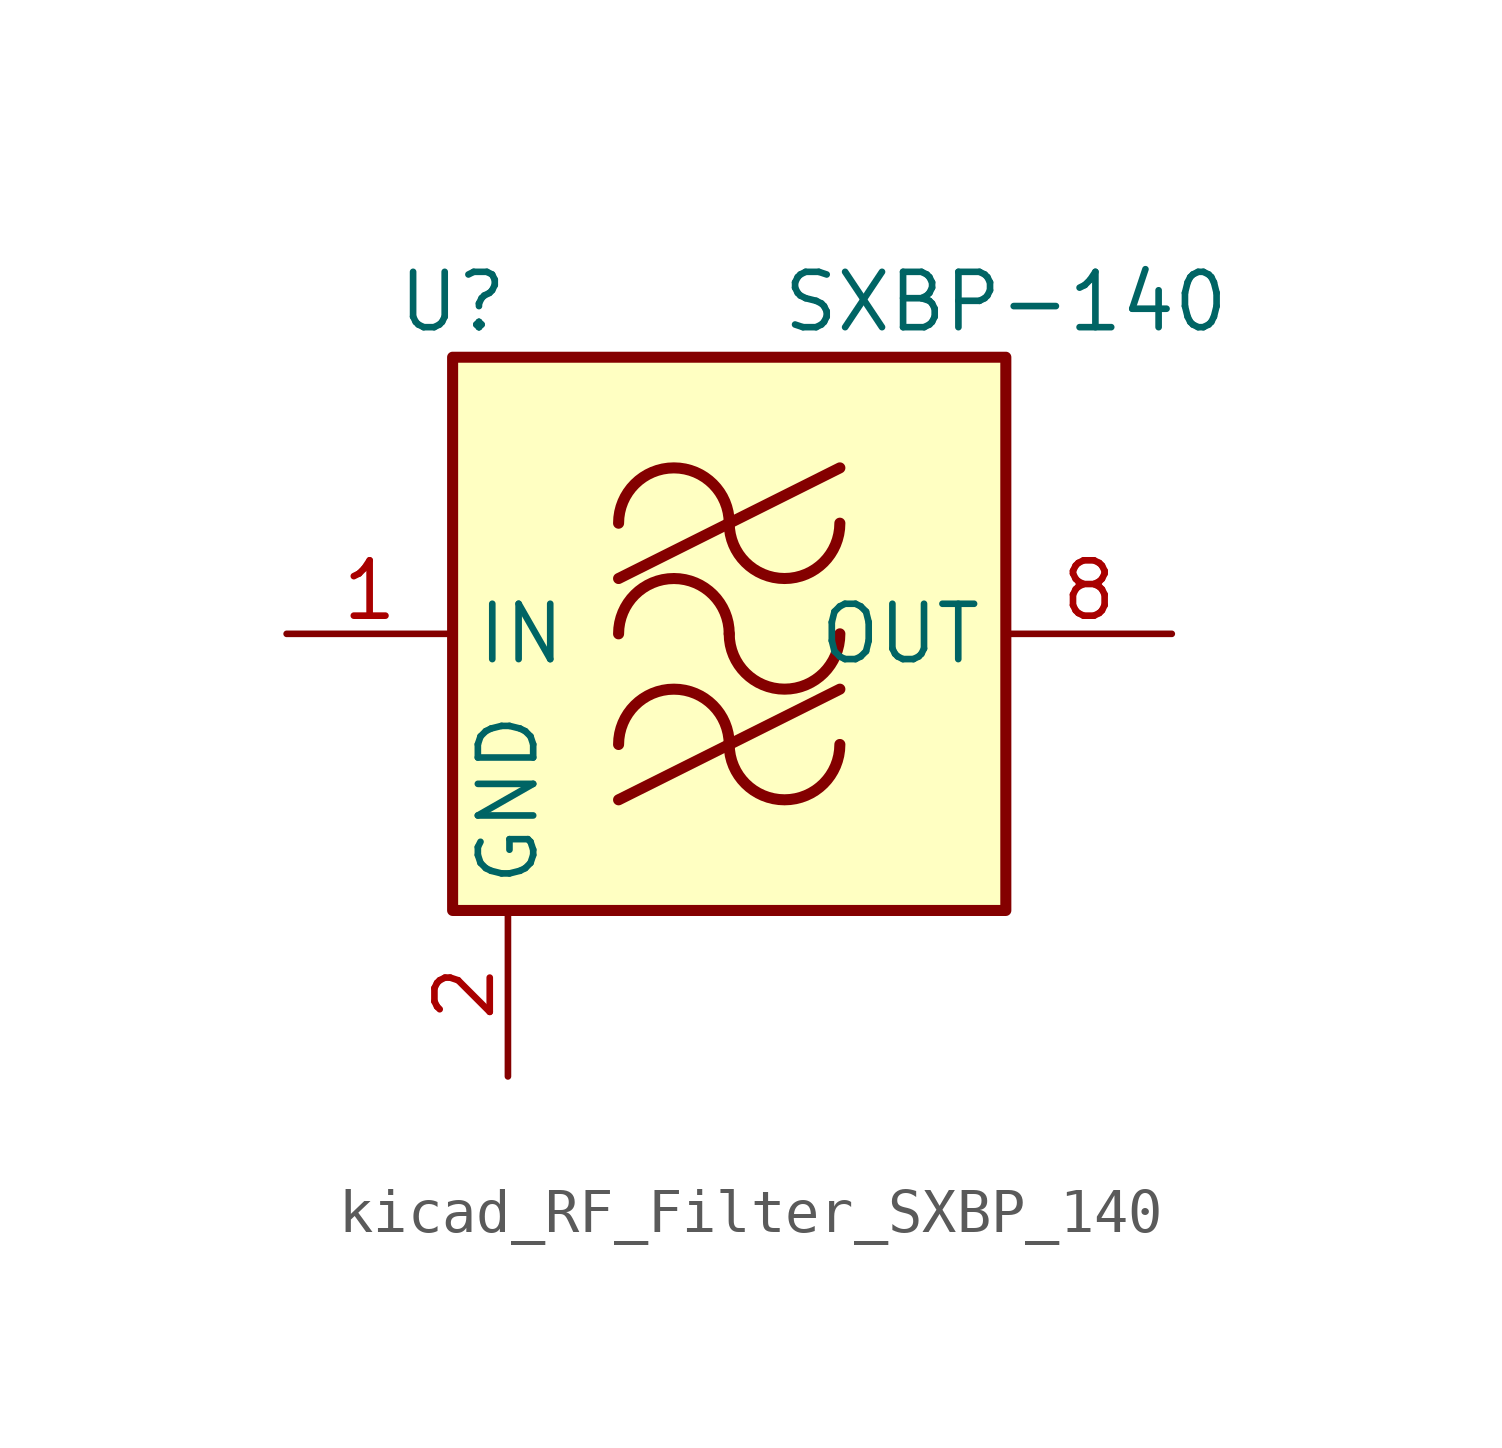
<source format=kicad_sym>
(kicad_symbol_lib
  (version 20220914)
  (generator kicad_symbol_editor)
  (symbol "kicad_RF_Filter_SXBP_140"
    (property "Reference" "U"
      (at -6.35 7.62 0)
      (effects (font (size 1.27 1.27))))
    (property "Value" "SXBP-140"
      (at 6.35 7.62 0)
      (effects (font (size 1.27 1.27))))
    (symbol "kicad_RF_Filter_SXBP_140_0_1"
      (rectangle (start -6.35 6.35) (end 6.35 -6.35) (stroke (width 0.254) (type default)) (fill (type background)))
      (arc (start 0 -2.54) (mid -1.27 -1.2755) (end -2.54 -2.54) (stroke (width 0.254) (type default)) (fill (type none)))
      (arc (start 0 -2.54) (mid 1.27 -3.8045) (end 2.54 -2.54) (stroke (width 0.254) (type default)) (fill (type none)))
      (arc (start 0 0) (mid -1.27 1.2645) (end -2.54 0) (stroke (width 0.254) (type default)) (fill (type none)))
      (polyline (pts (xy -2.54 -3.81) (xy 2.54 -1.27)) (stroke (width 0.254) (type default)) (fill (type none)))
      (polyline (pts (xy -2.54 1.27) (xy 2.54 3.81)) (stroke (width 0.254) (type default)) (fill (type none)))
      (arc (start 0 0) (mid 1.27 -1.2645) (end 2.54 0) (stroke (width 0.254) (type default)) (fill (type none)))
      (arc (start 0 2.54) (mid -1.27 3.8045) (end -2.54 2.54) (stroke (width 0.254) (type default)) (fill (type none)))
      (arc (start 0 2.54) (mid 1.27 1.2755) (end 2.54 2.54) (stroke (width 0.254) (type default)) (fill (type none))))
    (symbol "kicad_RF_Filter_SXBP_140_1_1"
      (pin input line (at -10.16 0 0) (length 3.81) (name "IN" (effects (font (size 1.27 1.27)))) (number "1" (effects (font (size 1.27 1.27)))))
      (pin power_in line (at -5.08 -10.16 90) (length 3.81) (name "GND" (effects (font (size 1.27 1.27)))) (number "2" (effects (font (size 1.27 1.27)))))
      (pin passive line (at -5.08 -10.16 90) (length 3.81) hide (name "GND" (effects (font (size 1.27 1.27)))) (number "3" (effects (font (size 1.27 1.27)))))
      (pin passive line (at -5.08 -10.16 90) (length 3.81) hide (name "GND" (effects (font (size 1.27 1.27)))) (number "4" (effects (font (size 1.27 1.27)))))
      (pin passive line (at -5.08 -10.16 90) (length 3.81) hide (name "GND" (effects (font (size 1.27 1.27)))) (number "5" (effects (font (size 1.27 1.27)))))
      (pin passive line (at -5.08 -10.16 90) (length 3.81) hide (name "GND" (effects (font (size 1.27 1.27)))) (number "6" (effects (font (size 1.27 1.27)))))
      (pin passive line (at -5.08 -10.16 90) (length 3.81) hide (name "GND" (effects (font (size 1.27 1.27)))) (number "7" (effects (font (size 1.27 1.27)))))
      (pin output line (at 10.16 0 180) (length 3.81) (name "OUT" (effects (font (size 1.27 1.27)))) (number "8" (effects (font (size 1.27 1.27))))))))
</source>
